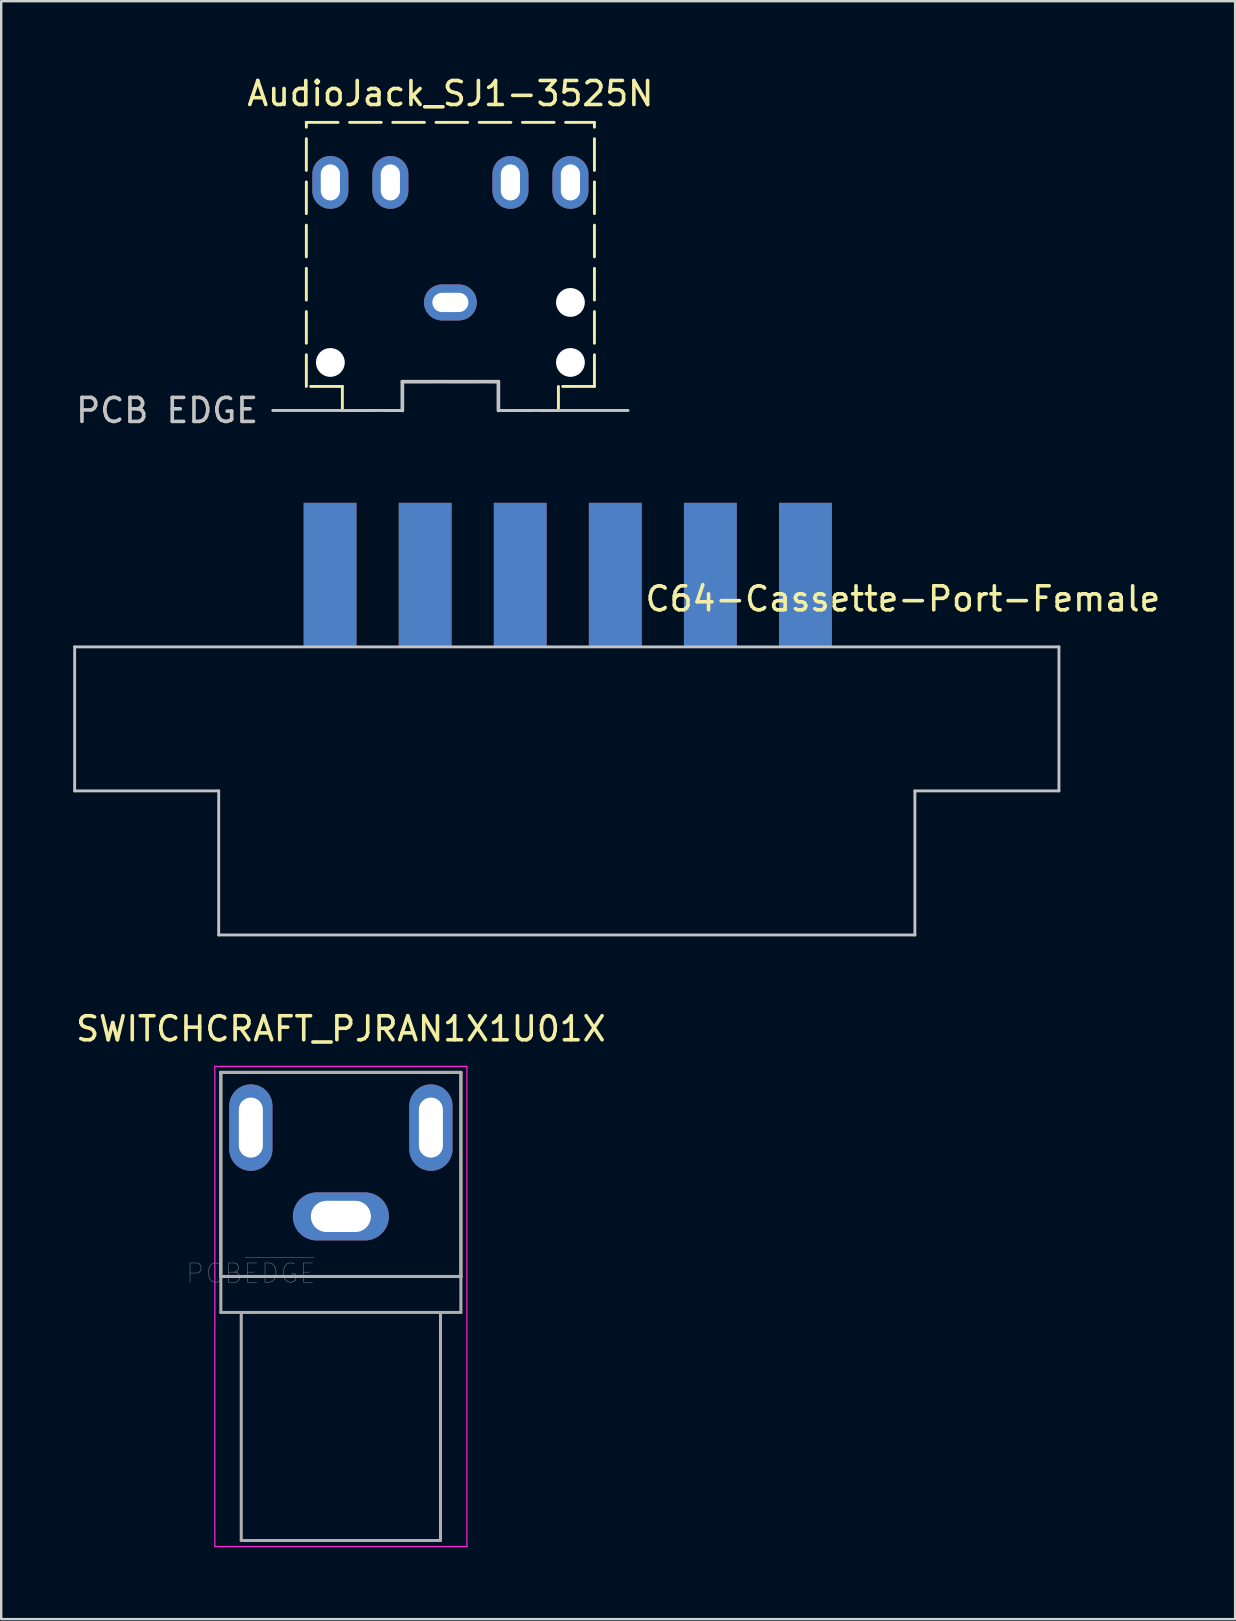
<source format=kicad_pcb>
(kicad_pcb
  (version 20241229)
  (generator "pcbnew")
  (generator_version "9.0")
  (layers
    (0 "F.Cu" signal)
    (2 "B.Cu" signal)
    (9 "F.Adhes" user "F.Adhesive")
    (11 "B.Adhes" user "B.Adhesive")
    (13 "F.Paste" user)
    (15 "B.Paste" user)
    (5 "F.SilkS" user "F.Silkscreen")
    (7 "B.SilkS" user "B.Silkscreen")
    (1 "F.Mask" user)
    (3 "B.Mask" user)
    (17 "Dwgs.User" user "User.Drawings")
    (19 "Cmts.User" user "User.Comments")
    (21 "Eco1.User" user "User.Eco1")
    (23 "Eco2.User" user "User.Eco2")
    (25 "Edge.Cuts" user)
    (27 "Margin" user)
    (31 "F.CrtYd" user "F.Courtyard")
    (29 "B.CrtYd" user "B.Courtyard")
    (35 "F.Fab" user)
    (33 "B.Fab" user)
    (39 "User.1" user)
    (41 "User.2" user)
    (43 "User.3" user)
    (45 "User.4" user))
  (footprint "SWITCHCRAFT_PJRAN1X1U01X"
    (layer "F.Cu")
    (at 11.149 47.62)
    (property "Reference" "SWITCHCRAFT_PJRAN1X1U01X" (at 0 -7.815 0) (layer "F.SilkS") (effects (font (size 1 1) (thickness 0.15))))
    (attr through_hole)
    (fp_line (start -5 -6) (end -5 2.5) (stroke (width 0.12) (type solid)) (layer "F.SilkS"))
    (fp_line (start -5 2.5) (end 5 2.5) (stroke (width 0.12) (type solid)) (layer "F.SilkS"))
    (fp_line (start 5 -6) (end -5 -6) (stroke (width 0.12) (type solid)) (layer "F.SilkS"))
    (fp_line (start 5 2.5) (end 5 -6) (stroke (width 0.12) (type solid)) (layer "F.SilkS"))
    (fp_line (start -5.25 -6.25) (end -5.25 13.75) (stroke (width 0.05) (type solid)) (layer "F.CrtYd"))
    (fp_line (start -5.25 13.75) (end 5.25 13.75) (stroke (width 0.05) (type solid)) (layer "F.CrtYd"))
    (fp_line (start 5.25 -6.25) (end -5.25 -6.25) (stroke (width 0.05) (type solid)) (layer "F.CrtYd"))
    (fp_line (start 5.25 13.75) (end 5.25 -6.25) (stroke (width 0.05) (type solid)) (layer "F.CrtYd"))
    (fp_line (start -5 -6) (end -5 2.5) (stroke (width 0.127) (type solid)) (layer "F.Fab"))
    (fp_line (start -5 2.5) (end -5 4) (stroke (width 0.127) (type solid)) (layer "F.Fab"))
    (fp_line (start -5 2.5) (end 5 2.5) (stroke (width 0.127) (type solid)) (layer "F.Fab"))
    (fp_line (start -5 4) (end -4.15 4) (stroke (width 0.127) (type solid)) (layer "F.Fab"))
    (fp_line (start -4.15 4) (end -4.15 13.5) (stroke (width 0.127) (type solid)) (layer "F.Fab"))
    (fp_line (start -4.15 4) (end 4.15 4) (stroke (width 0.127) (type solid)) (layer "F.Fab"))
    (fp_line (start -4.15 13.5) (end 4.15 13.5) (stroke (width 0.127) (type solid)) (layer "F.Fab"))
    (fp_line (start 4.15 4) (end 5 4) (stroke (width 0.127) (type solid)) (layer "F.Fab"))
    (fp_line (start 4.15 13.5) (end 4.15 4) (stroke (width 0.127) (type solid)) (layer "F.Fab"))
    (fp_line (start 5 -6) (end -5 -6) (stroke (width 0.127) (type solid)) (layer "F.Fab"))
    (fp_line (start 5 2.5) (end 5 -6) (stroke (width 0.127) (type solid)) (layer "F.Fab"))
    (fp_line (start 5 4) (end 5 2.5) (stroke (width 0.127) (type solid)) (layer "F.Fab"))
    (fp_text user "PCB~{EDGE}" (at -3.75 2.37 0) (layer "F.Fab") (effects (font (size 0.8 0.8) (thickness 0.015))))
    (pad "1" thru_hole oval (at 0 0) (size 4 2) (drill oval 2.5 1.3) (layers "*.Cu" "*.Mask"))
    (pad "2" thru_hole oval (at -3.75 -3.7) (size 1.8 3.6) (drill oval 1 2.5) (layers "*.Cu" "*.Mask"))
    (pad "3" thru_hole oval (at 3.75 -3.7) (size 1.8 3.6) (drill oval 1 2.5) (layers "*.Cu" "*.Mask")))
  (footprint "AudioJack_SJ1-3525N"
    (layer "F.Cu")
    (at 15.711 9.548)
    (property "Reference" "AudioJack_SJ1-3525N" (at 0 -8.7 0) (layer "F.SilkS") (effects (font (size 1 1) (thickness 0.15))))
    (attr through_hole)
    (fp_line (start -6 -7.5) (end 6 -7.5) (stroke (width 0.12) (type dash)) (layer "F.SilkS"))
    (fp_line (start -6 3.5) (end -6 -7.5) (stroke (width 0.12) (type dash)) (layer "F.SilkS"))
    (fp_line (start -4.5 3.5) (end -6 3.5) (stroke (width 0.12) (type dash)) (layer "F.SilkS"))
    (fp_line (start -4.5 4.5) (end -4.5 3.5) (stroke (width 0.12) (type dash)) (layer "F.SilkS"))
    (fp_line (start -4.5 4.5) (end -2 4.5) (stroke (width 0.12) (type dash)) (layer "F.SilkS"))
    (fp_line (start -2 3.3) (end 2 3.3) (stroke (width 0.12) (type dash)) (layer "F.SilkS"))
    (fp_line (start -2 4.5) (end -2 3.3) (stroke (width 0.12) (type solid)) (layer "F.SilkS"))
    (fp_line (start 2 3.3) (end 2 4.5) (stroke (width 0.12) (type dash)) (layer "F.SilkS"))
    (fp_line (start 2 4.5) (end 4.5 4.5) (stroke (width 0.12) (type dash)) (layer "F.SilkS"))
    (fp_line (start 4.5 4.5) (end 4.5 3.5) (stroke (width 0.12) (type dash)) (layer "F.SilkS"))
    (fp_line (start 6 3.5) (end 4.5 3.5) (stroke (width 0.12) (type dash)) (layer "F.SilkS"))
    (fp_line (start 6 3.5) (end 6 -7.5) (stroke (width 0.12) (type dash)) (layer "F.SilkS"))
    (fp_line (start -2 3.3) (end 2 3.3) (stroke (width 0.15) (type solid)) (layer "Dwgs.User"))
    (fp_line (start -2 4.5) (end -7.4 4.5) (stroke (width 0.12) (type solid)) (layer "Dwgs.User"))
    (fp_line (start -2 4.5) (end -2 3.3) (stroke (width 0.15) (type solid)) (layer "Dwgs.User"))
    (fp_line (start 2 3.3) (end 2 4.5) (stroke (width 0.15) (type solid)) (layer "Dwgs.User"))
    (fp_line (start 2 4.5) (end 7.4 4.5) (stroke (width 0.12) (type solid)) (layer "Dwgs.User"))
    (fp_text user "PCB EDGE" (at -11.8 4.5 0) (layer "Dwgs.User") (effects (font (size 1 1) (thickness 0.15))))
    (pad "" np_thru_hole circle (at -5 2.5) (size 1.2 1.2) (drill 1.2) (layers "*.Cu" "*.Mask"))
    (pad "" np_thru_hole circle (at 5 0) (size 1.2 1.2) (drill 1.2) (layers "*.Cu" "*.Mask"))
    (pad "" np_thru_hole circle (at 5 2.5) (size 1.2 1.2) (drill 1.2) (layers "*.Cu" "*.Mask"))
    (pad "R" thru_hole oval (at -5 -5) (size 1.5 2.2) (drill oval 0.8 1.5) (layers "*.Cu" "*.Mask"))
    (pad "RN" thru_hole oval (at -2.5 -5) (size 1.5 2.2) (drill oval 0.8 1.5) (layers "*.Cu" "*.Mask"))
    (pad "S" thru_hole oval (at 0 0) (size 2.2 1.5) (drill oval 1.5 0.8) (layers "*.Cu" "*.Mask"))
    (pad "T" thru_hole oval (at 5 -5) (size 1.5 2.2) (drill oval 0.8 1.5) (layers "*.Cu" "*.Mask"))
    (pad "TN" thru_hole oval (at 2.5 -5) (size 1.5 2.2) (drill oval 0.8 1.5) (layers "*.Cu" "*.Mask")))
  (footprint "C64-Cassette-Port-Female"
    (layer "F.Cu")
    (at 20.06 23.896)
    (property "Reference" "C64-Cassette-Port-Female" (at 14.5 -2 0) (layer "F.SilkS") (effects (font (size 1 1) (thickness 0.15))))
    (attr through_hole)
    (fp_line (start -20 0) (end -20 6) (stroke (width 0.12) (type solid)) (layer "Dwgs.User"))
    (fp_line (start -20 0) (end 21 0) (stroke (width 0.12) (type solid)) (layer "Dwgs.User"))
    (fp_line (start -20 6) (end -14 6) (stroke (width 0.12) (type solid)) (layer "Dwgs.User"))
    (fp_line (start -14 6) (end -14 12) (stroke (width 0.12) (type solid)) (layer "Dwgs.User"))
    (fp_line (start 15 6) (end 15 12) (stroke (width 0.12) (type solid)) (layer "Dwgs.User"))
    (fp_line (start 15 12) (end -14 12) (stroke (width 0.12) (type solid)) (layer "Dwgs.User"))
    (fp_line (start 21 0) (end 21 6) (stroke (width 0.12) (type solid)) (layer "Dwgs.User"))
    (fp_line (start 21 6) (end 15 6) (stroke (width 0.12) (type solid)) (layer "Dwgs.User"))
    (pad "1" smd rect (at 10.44 -3) (size 2.2 6) (layers "F.Cu" "F.Mask" "F.Paste"))
    (pad "1" smd rect (at 10.44 -3) (size 2.2 6) (layers "B.Cu" "B.Mask" "B.Paste"))
    (pad "2" smd rect (at 6.48 -3) (size 2.2 6) (layers "F.Cu" "F.Mask" "F.Paste"))
    (pad "2" smd rect (at 6.48 -3) (size 2.2 6) (layers "B.Cu" "B.Mask" "B.Paste"))
    (pad "3" smd rect (at 2.52 -3) (size 2.2 6) (layers "F.Cu" "F.Mask" "F.Paste"))
    (pad "3" smd rect (at 2.52 -3) (size 2.2 6) (layers "B.Cu" "B.Mask" "B.Paste"))
    (pad "4" smd rect (at -1.44 -3) (size 2.2 6) (layers "F.Cu" "F.Mask" "F.Paste"))
    (pad "4" smd rect (at -1.44 -3) (size 2.2 6) (layers "B.Cu" "B.Mask" "B.Paste"))
    (pad "5" smd rect (at -5.4 -3) (size 2.2 6) (layers "F.Cu" "F.Mask" "F.Paste"))
    (pad "5" smd rect (at -5.4 -3) (size 2.2 6) (layers "B.Cu" "B.Mask" "B.Paste"))
    (pad "6" smd rect (at -9.36 -3) (size 2.2 6) (layers "F.Cu" "F.Mask" "F.Paste"))
    (pad "6" smd rect (at -9.36 -3) (size 2.2 6) (layers "B.Cu" "B.Mask" "B.Paste")))
  (gr_rect
    (start -3 -3)
    (end 48.399 64.395)
    (stroke (width 0.1) (type default))
    (fill no)
    (layer "Edge.Cuts")))
</source>
